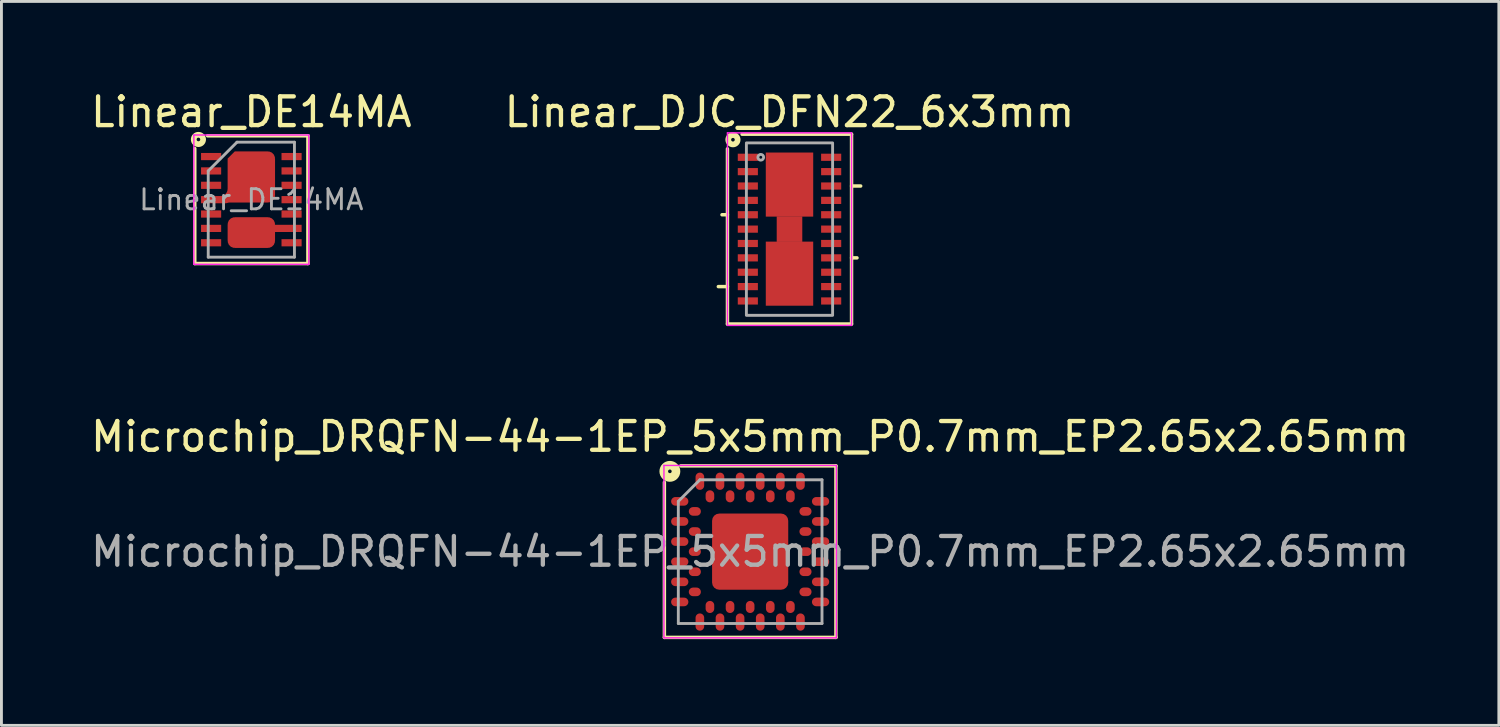
<source format=kicad_pcb>
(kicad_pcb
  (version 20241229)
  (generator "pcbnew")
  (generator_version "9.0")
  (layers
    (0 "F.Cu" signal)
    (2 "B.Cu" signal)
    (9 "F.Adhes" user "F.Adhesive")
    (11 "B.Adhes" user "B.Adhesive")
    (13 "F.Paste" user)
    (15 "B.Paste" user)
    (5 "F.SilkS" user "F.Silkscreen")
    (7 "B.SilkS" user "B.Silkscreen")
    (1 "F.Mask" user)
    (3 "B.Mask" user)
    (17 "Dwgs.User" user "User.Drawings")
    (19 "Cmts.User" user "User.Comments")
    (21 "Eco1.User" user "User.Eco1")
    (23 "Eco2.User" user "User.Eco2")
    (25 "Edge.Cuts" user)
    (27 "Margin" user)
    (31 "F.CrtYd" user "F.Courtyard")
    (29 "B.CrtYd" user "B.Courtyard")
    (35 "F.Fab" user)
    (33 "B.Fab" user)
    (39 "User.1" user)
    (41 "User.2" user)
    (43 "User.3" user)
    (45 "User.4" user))
  (footprint "Linear_DE14MA"
    (layer "F.Cu")
    (at 5.696 3.898)
    (property "Reference" "Linear_DE14MA" (at 0 -3.05 0) (layer "F.SilkS") (effects (font (size 1 1) (thickness 0.15))))
    (attr smd)
    (fp_line (start -1.968 2.223) (end -1.968 -1.778) (stroke (width 0.12) (type solid)) (layer "F.SilkS"))
    (fp_line (start -1.524 -2.223) (end 1.968 -2.223) (stroke (width 0.12) (type solid)) (layer "F.SilkS"))
    (fp_line (start 1.968 -2.223) (end 1.968 2.223) (stroke (width 0.12) (type solid)) (layer "F.SilkS"))
    (fp_line (start 1.968 2.223) (end -1.968 2.223) (stroke (width 0.12) (type solid)) (layer "F.SilkS"))
    (fp_circle (center -1.841 -2.095) (end -1.778 -2.095) (stroke (width 0.2) (type solid)) (fill no) (layer "F.SilkS"))
    (fp_line (start -2 -2.25) (end -2 2.25) (stroke (width 0.05) (type solid)) (layer "F.CrtYd"))
    (fp_line (start -2 -2.25) (end 2 -2.25) (stroke (width 0.05) (type solid)) (layer "F.CrtYd"))
    (fp_line (start -2 2.25) (end 2 2.25) (stroke (width 0.05) (type solid)) (layer "F.CrtYd"))
    (fp_line (start 2 -2.25) (end 2 2.25) (stroke (width 0.05) (type solid)) (layer "F.CrtYd"))
    (fp_line (start -1.5 -1) (end -0.5 -2) (stroke (width 0.1) (type solid)) (layer "F.Fab"))
    (fp_line (start -1.5 2) (end -1.5 -1) (stroke (width 0.1) (type solid)) (layer "F.Fab"))
    (fp_line (start -0.5 -2) (end 1.5 -2) (stroke (width 0.1) (type solid)) (layer "F.Fab"))
    (fp_line (start 1.5 -2) (end 1.5 2) (stroke (width 0.1) (type solid)) (layer "F.Fab"))
    (fp_line (start 1.5 2) (end -1.5 2) (stroke (width 0.1) (type solid)) (layer "F.Fab"))
    (fp_text user "${REFERENCE}" (at 0 0 0) (layer "F.Fab") (effects (font (size 0.7 0.7) (thickness 0.1))))
    (pad "1" smd rect (at -1.4 -1.5) (size 0.7 0.25) (layers "F.Cu" "F.Mask" "F.Paste"))
    (pad "2" smd rect (at -1.4 -1) (size 0.7 0.25) (layers "F.Cu" "F.Mask" "F.Paste"))
    (pad "3" smd rect (at -1.4 -0.5) (size 0.7 0.25) (layers "F.Cu" "F.Mask" "F.Paste"))
    (pad "4" smd custom (at 0 -0.79) (size 1.65 1.28) (layers "F.Cu" "F.Mask" "F.Paste") (options (anchor rect)) (primitives (gr_circle (center 0.575 -0.64) (end 0.825 -0.64) (width 0) (fill yes)) (gr_circle (center 0.575 0.64) (end 0.825 0.64) (width 0) (fill yes)) (gr_poly (pts (xy 0.575 0.89) (xy -0.825 0.89) (xy -0.825 -0.64) (xy -0.575 -0.89) (xy 0.575 -0.89)) (width 0) (fill yes)) (gr_poly (pts (xy -0.78 0.89) (xy -0.88 0.915) (xy -1.75 0.915) (xy -1.75 0.665) (xy -0.78 0.665)) (width 0) (fill yes)) (gr_poly (pts (xy -0.825 0.665) (xy -1.075 0.665) (xy -1.025 0.66) (xy -0.977 0.645) (xy -0.935 0.622) (xy -0.897 0.591) (xy -0.866 0.552) (xy -0.844 0.511) (xy -0.83 0.464) (xy -0.825 0.415)) (width 0.001) (fill yes))))
    (pad "5" smd rect (at -1.4 0.5) (size 0.7 0.25) (layers "F.Cu" "F.Mask" "F.Paste"))
    (pad "6" smd rect (at -1.4 1) (size 0.7 0.25) (layers "F.Cu" "F.Mask" "F.Paste"))
    (pad "7" smd rect (at -1.4 1.5) (size 0.7 0.25) (layers "F.Cu" "F.Mask" "F.Paste"))
    (pad "8" smd rect (at 1.4 1.5) (size 0.7 0.25) (layers "F.Cu" "F.Mask" "F.Paste"))
    (pad "9" smd custom (at 0 1.145) (size 1.15 1.07) (layers "F.Cu" "F.Mask" "F.Paste") (options (anchor rect)) (primitives (gr_circle (center -0.575 -0.285) (end -0.325 -0.285) (width 0) (fill yes)) (gr_circle (center 0.575 -0.285) (end 0.825 -0.285) (width 0) (fill yes)) (gr_circle (center -0.575 0.285) (end -0.325 0.285) (width 0) (fill yes)) (gr_circle (center 0.575 0.285) (end 0.825 0.285) (width 0) (fill yes)) (gr_poly (pts (xy 0.825 0.285) (xy -0.825 0.285) (xy -0.825 -0.285) (xy 0.825 -0.285)) (width 0) (fill yes)) (gr_poly (pts (xy 1.75 -0.02) (xy 0.825 -0.02) (xy 0.825 -0.27) (xy 1.75 -0.27)) (width 0) (fill yes))))
    (pad "10" smd rect (at 1.4 0.5) (size 0.7 0.25) (layers "F.Cu" "F.Mask" "F.Paste"))
    (pad "11" smd rect (at 1.4 0) (size 0.7 0.25) (layers "F.Cu" "F.Mask" "F.Paste"))
    (pad "12" smd rect (at 1.4 -0.5) (size 0.7 0.25) (layers "F.Cu" "F.Mask" "F.Paste"))
    (pad "13" smd rect (at 1.4 -1) (size 0.7 0.25) (layers "F.Cu" "F.Mask" "F.Paste"))
    (pad "14" smd rect (at 1.4 -1.5) (size 0.7 0.25) (layers "F.Cu" "F.Mask" "F.Paste")))
  (footprint "Microchip_DRQFN-44-1EP_5x5mm_P0.7mm_EP2.65x2.65mm"
    (layer "F.Cu")
    (at 23.054 16.146)
    (property "Reference" "Microchip_DRQFN-44-1EP_5x5mm_P0.7mm_EP2.65x2.65mm" (at 0 -4 0) (layer "F.SilkS") (effects (font (size 1 1) (thickness 0.15))))
    (attr smd)
    (fp_line (start -2.985 2.985) (end -2.985 -2.413) (stroke (width 0.12) (type solid)) (layer "F.SilkS"))
    (fp_line (start -2.413 -2.985) (end 2.985 -2.985) (stroke (width 0.12) (type solid)) (layer "F.SilkS"))
    (fp_line (start 2.985 -2.985) (end 2.985 2.985) (stroke (width 0.12) (type solid)) (layer "F.SilkS"))
    (fp_line (start 2.985 2.985) (end -2.985 2.985) (stroke (width 0.12) (type solid)) (layer "F.SilkS"))
    (fp_circle (center -2.794 -2.794) (end -2.731 -2.794) (stroke (width 0.3) (type solid)) (fill no) (layer "F.SilkS"))
    (fp_line (start -3 -3) (end 3 -3) (stroke (width 0.05) (type solid)) (layer "F.CrtYd"))
    (fp_line (start -3 3) (end -3 -3) (stroke (width 0.05) (type solid)) (layer "F.CrtYd"))
    (fp_line (start 3 -3) (end 3 3) (stroke (width 0.05) (type solid)) (layer "F.CrtYd"))
    (fp_line (start 3 3) (end -3 3) (stroke (width 0.05) (type solid)) (layer "F.CrtYd"))
    (fp_line (start -2.5 -1.75) (end -1.75 -2.5) (stroke (width 0.1) (type solid)) (layer "F.Fab"))
    (fp_line (start -2.5 2.5) (end -2.5 -1.75) (stroke (width 0.1) (type solid)) (layer "F.Fab"))
    (fp_line (start -1.75 -2.5) (end 2.5 -2.5) (stroke (width 0.1) (type solid)) (layer "F.Fab"))
    (fp_line (start 2.5 -2.5) (end 2.5 2.5) (stroke (width 0.1) (type solid)) (layer "F.Fab"))
    (fp_line (start 2.5 2.5) (end -2.5 2.5) (stroke (width 0.1) (type solid)) (layer "F.Fab"))
    (fp_text user "${REFERENCE}" (at 0 0 0) (layer "F.Fab") (effects (font (size 1 1) (thickness 0.15))))
    (pad "" smd roundrect (at -0.65 -0.65) (size 1.1 1.1) (layers "F.Paste") (roundrect_rratio 0.1))
    (pad "" smd roundrect (at -0.65 0.65) (size 1.1 1.1) (layers "F.Paste") (roundrect_rratio 0.1))
    (pad "" smd roundrect (at 0.65 -0.65) (size 1.1 1.1) (layers "F.Paste") (roundrect_rratio 0.1))
    (pad "" smd roundrect (at 0.65 0.65) (size 1.1 1.1) (layers "F.Paste") (roundrect_rratio 0.1))
    (pad "A1" smd oval (at -2.45 -1.75) (size 0.6 0.3) (layers "F.Cu" "F.Mask" "F.Paste"))
    (pad "A2" smd oval (at -2.45 -1.05) (size 0.6 0.3) (layers "F.Cu" "F.Mask" "F.Paste"))
    (pad "A3" smd oval (at -2.45 -0.35) (size 0.6 0.3) (layers "F.Cu" "F.Mask" "F.Paste"))
    (pad "A4" smd oval (at -2.45 0.35) (size 0.6 0.3) (layers "F.Cu" "F.Mask" "F.Paste"))
    (pad "A5" smd oval (at -2.45 1.05) (size 0.6 0.3) (layers "F.Cu" "F.Mask" "F.Paste"))
    (pad "A6" smd oval (at -2.45 1.75) (size 0.6 0.3) (layers "F.Cu" "F.Mask" "F.Paste"))
    (pad "A7" smd oval (at -1.75 2.45) (size 0.3 0.6) (layers "F.Cu" "F.Mask" "F.Paste"))
    (pad "A8" smd oval (at -1.05 2.45) (size 0.3 0.6) (layers "F.Cu" "F.Mask" "F.Paste"))
    (pad "A9" smd oval (at -0.35 2.45) (size 0.3 0.6) (layers "F.Cu" "F.Mask" "F.Paste"))
    (pad "A10" smd oval (at 0.35 2.45) (size 0.3 0.6) (layers "F.Cu" "F.Mask" "F.Paste"))
    (pad "A11" smd oval (at 1.05 2.45) (size 0.3 0.6) (layers "F.Cu" "F.Mask" "F.Paste"))
    (pad "A12" smd oval (at 1.75 2.45) (size 0.3 0.6) (layers "F.Cu" "F.Mask" "F.Paste"))
    (pad "A13" smd oval (at 2.45 1.75) (size 0.6 0.3) (layers "F.Cu" "F.Mask" "F.Paste"))
    (pad "A14" smd oval (at 2.45 1.05) (size 0.6 0.3) (layers "F.Cu" "F.Mask" "F.Paste"))
    (pad "A15" smd oval (at 2.45 0.35) (size 0.6 0.3) (layers "F.Cu" "F.Mask" "F.Paste"))
    (pad "A16" smd oval (at 2.45 -0.35) (size 0.6 0.3) (layers "F.Cu" "F.Mask" "F.Paste"))
    (pad "A17" smd oval (at 2.45 -1.05) (size 0.6 0.3) (layers "F.Cu" "F.Mask" "F.Paste"))
    (pad "A18" smd oval (at 2.45 -1.75) (size 0.6 0.3) (layers "F.Cu" "F.Mask" "F.Paste"))
    (pad "A19" smd oval (at 1.75 -2.45) (size 0.3 0.6) (layers "F.Cu" "F.Mask" "F.Paste"))
    (pad "A20" smd oval (at 1.05 -2.45) (size 0.3 0.6) (layers "F.Cu" "F.Mask" "F.Paste"))
    (pad "A21" smd oval (at 0.35 -2.45) (size 0.3 0.6) (layers "F.Cu" "F.Mask" "F.Paste"))
    (pad "A22" smd oval (at -0.35 -2.45) (size 0.3 0.6) (layers "F.Cu" "F.Mask" "F.Paste"))
    (pad "A23" smd oval (at -1.05 -2.45) (size 0.3 0.6) (layers "F.Cu" "F.Mask" "F.Paste"))
    (pad "A24" smd oval (at -1.75 -2.45) (size 0.3 0.6) (layers "F.Cu" "F.Mask" "F.Paste"))
    (pad "B1" smd oval (at -1.925 -1.4) (size 0.42 0.3) (layers "F.Cu" "F.Mask" "F.Paste"))
    (pad "B2" smd oval (at -1.925 -0.7) (size 0.42 0.3) (layers "F.Cu" "F.Mask" "F.Paste"))
    (pad "B3" smd oval (at -1.925 0) (size 0.42 0.3) (layers "F.Cu" "F.Mask" "F.Paste"))
    (pad "B4" smd oval (at -1.925 0.7) (size 0.42 0.3) (layers "F.Cu" "F.Mask" "F.Paste"))
    (pad "B5" smd oval (at -1.925 1.4) (size 0.42 0.3) (layers "F.Cu" "F.Mask" "F.Paste"))
    (pad "B6" smd oval (at -1.4 1.925) (size 0.3 0.42) (layers "F.Cu" "F.Mask" "F.Paste"))
    (pad "B7" smd oval (at -0.7 1.925) (size 0.3 0.42) (layers "F.Cu" "F.Mask" "F.Paste"))
    (pad "B8" smd oval (at 0 1.925) (size 0.3 0.42) (layers "F.Cu" "F.Mask" "F.Paste"))
    (pad "B9" smd oval (at 0.7 1.925) (size 0.3 0.42) (layers "F.Cu" "F.Mask" "F.Paste"))
    (pad "B10" smd oval (at 1.4 1.925) (size 0.3 0.42) (layers "F.Cu" "F.Mask" "F.Paste"))
    (pad "B11" smd oval (at 1.925 1.4) (size 0.42 0.3) (layers "F.Cu" "F.Mask" "F.Paste"))
    (pad "B12" smd oval (at 1.925 0.7) (size 0.42 0.3) (layers "F.Cu" "F.Mask" "F.Paste"))
    (pad "B13" smd oval (at 1.925 0) (size 0.42 0.3) (layers "F.Cu" "F.Mask" "F.Paste"))
    (pad "B14" smd oval (at 1.925 -0.7) (size 0.42 0.3) (layers "F.Cu" "F.Mask" "F.Paste"))
    (pad "B15" smd oval (at 1.925 -1.4) (size 0.42 0.3) (layers "F.Cu" "F.Mask" "F.Paste"))
    (pad "B16" smd oval (at 1.4 -1.925) (size 0.3 0.42) (layers "F.Cu" "F.Mask" "F.Paste"))
    (pad "B17" smd oval (at 0.7 -1.925) (size 0.3 0.42) (layers "F.Cu" "F.Mask" "F.Paste"))
    (pad "B18" smd oval (at 0 -1.925) (size 0.3 0.42) (layers "F.Cu" "F.Mask" "F.Paste"))
    (pad "B19" smd oval (at -0.7 -1.925) (size 0.3 0.42) (layers "F.Cu" "F.Mask" "F.Paste"))
    (pad "B20" smd oval (at -1.4 -1.925) (size 0.3 0.42) (layers "F.Cu" "F.Mask" "F.Paste"))
    (pad "EP" smd roundrect (at 0 0) (size 2.65 2.65) (layers "F.Cu" "F.Mask") (roundrect_rratio 0.094)))
  (footprint "Linear_DJC_DFN22_6x3mm"
    (layer "F.Cu")
    (at 24.423 4.923)
    (property "Reference" "Linear_DJC_DFN22_6x3mm" (at 0 -4.075 0) (layer "F.SilkS") (effects (font (size 1 1) (thickness 0.15))))
    (attr smd)
    (fp_line (start -2.159 -0.5) (end -2.349 -0.5) (stroke (width 0.12) (type solid)) (layer "F.SilkS"))
    (fp_line (start -2.159 2) (end -2.477 2) (stroke (width 0.12) (type solid)) (layer "F.SilkS"))
    (fp_line (start -2.159 3.302) (end -2.159 -2.794) (stroke (width 0.12) (type solid)) (layer "F.SilkS"))
    (fp_line (start -1.651 -3.302) (end 2.159 -3.302) (stroke (width 0.12) (type solid)) (layer "F.SilkS"))
    (fp_line (start 2.159 -3.302) (end 2.159 3.302) (stroke (width 0.12) (type solid)) (layer "F.SilkS"))
    (fp_line (start 2.159 -1.5) (end 2.477 -1.5) (stroke (width 0.12) (type solid)) (layer "F.SilkS"))
    (fp_line (start 2.159 1) (end 2.349 1) (stroke (width 0.12) (type solid)) (layer "F.SilkS"))
    (fp_line (start 2.159 3.302) (end -2.159 3.302) (stroke (width 0.12) (type solid)) (layer "F.SilkS"))
    (fp_circle (center -1.968 -3.111) (end -1.905 -3.111) (stroke (width 0.2) (type solid)) (fill no) (layer "F.SilkS"))
    (fp_rect (start -0.65 -2.45) (end -0.2 -1.7) (stroke (width 0.12) (type solid)) (fill yes) (layer "F.Paste"))
    (fp_rect (start -0.65 -1.35) (end -0.2 -0.6) (stroke (width 0.12) (type solid)) (fill yes) (layer "F.Paste"))
    (fp_rect (start -0.65 0.6) (end -0.2 1.35) (stroke (width 0.12) (type solid)) (fill yes) (layer "F.Paste"))
    (fp_rect (start -0.65 1.7) (end -0.2 2.45) (stroke (width 0.12) (type solid)) (fill yes) (layer "F.Paste"))
    (fp_rect (start -0.2 -0.275) (end 0.2 0.275) (stroke (width 0.12) (type solid)) (fill yes) (layer "F.Paste"))
    (fp_rect (start 0.2 -2.45) (end 0.65 -1.7) (stroke (width 0.12) (type solid)) (fill yes) (layer "F.Paste"))
    (fp_rect (start 0.2 -1.35) (end 0.65 -0.6) (stroke (width 0.12) (type solid)) (fill yes) (layer "F.Paste"))
    (fp_rect (start 0.2 0.6) (end 0.65 1.35) (stroke (width 0.12) (type solid)) (fill yes) (layer "F.Paste"))
    (fp_rect (start 0.2 1.7) (end 0.65 2.45) (stroke (width 0.12) (type solid)) (fill yes) (layer "F.Paste"))
    (fp_line (start -2.159 -3.35) (end -2.159 3.35) (stroke (width 0.05) (type solid)) (layer "F.CrtYd"))
    (fp_line (start -2.159 -3.35) (end 2.159 -3.35) (stroke (width 0.05) (type solid)) (layer "F.CrtYd"))
    (fp_line (start -2.159 3.35) (end 2.159 3.35) (stroke (width 0.05) (type solid)) (layer "F.CrtYd"))
    (fp_line (start 2.159 -3.35) (end 2.159 3.35) (stroke (width 0.05) (type solid)) (layer "F.CrtYd"))
    (fp_rect (start -1.5 -3) (end 1.5 3) (stroke (width 0.1) (type solid)) (fill no) (layer "F.Fab"))
    (fp_circle (center -1 -2.5) (end -0.9 -2.5) (stroke (width 0.1) (type solid)) (fill no) (layer "F.Fab"))
    (pad "1" smd rect (at -1.45 -2.5) (size 0.7 0.25) (layers "F.Cu" "F.Mask" "F.Paste"))
    (pad "2" smd rect (at -1.45 -2) (size 0.7 0.25) (layers "F.Cu" "F.Mask" "F.Paste"))
    (pad "3" smd rect (at -1.45 -1.5) (size 0.7 0.25) (layers "F.Cu" "F.Mask" "F.Paste"))
    (pad "4" smd rect (at -1.45 -1) (size 0.7 0.25) (layers "F.Cu" "F.Mask" "F.Paste"))
    (pad "5" smd rect (at -1.45 -0.5) (size 0.7 0.25) (layers "F.Cu" "F.Mask" "F.Paste"))
    (pad "6" smd rect (at -1.45 0) (size 0.7 0.25) (layers "F.Cu" "F.Mask" "F.Paste"))
    (pad "7" smd rect (at -1.45 0.5) (size 0.7 0.25) (layers "F.Cu" "F.Mask" "F.Paste"))
    (pad "8" smd rect (at -1.45 1) (size 0.7 0.25) (layers "F.Cu" "F.Mask" "F.Paste"))
    (pad "9" smd rect (at -1.45 1.5) (size 0.7 0.25) (layers "F.Cu" "F.Mask" "F.Paste"))
    (pad "10" smd rect (at -1.45 2) (size 0.7 0.25) (layers "F.Cu" "F.Mask" "F.Paste"))
    (pad "11" smd rect (at -1.45 2.5) (size 0.7 0.25) (layers "F.Cu" "F.Mask" "F.Paste"))
    (pad "12" smd rect (at 1.45 2.5) (size 0.7 0.25) (layers "F.Cu" "F.Mask" "F.Paste"))
    (pad "13" smd rect (at 1.45 2) (size 0.7 0.25) (layers "F.Cu" "F.Mask" "F.Paste"))
    (pad "14" smd rect (at 1.45 1.5) (size 0.7 0.25) (layers "F.Cu" "F.Mask" "F.Paste"))
    (pad "15" smd rect (at 1.45 1) (size 0.7 0.25) (layers "F.Cu" "F.Mask" "F.Paste"))
    (pad "16" smd rect (at 1.45 0.5) (size 0.7 0.25) (layers "F.Cu" "F.Mask" "F.Paste"))
    (pad "17" smd rect (at 1.45 0) (size 0.7 0.25) (layers "F.Cu" "F.Mask" "F.Paste"))
    (pad "18" smd rect (at 1.45 -0.5) (size 0.7 0.25) (layers "F.Cu" "F.Mask" "F.Paste"))
    (pad "19" smd rect (at 1.45 -1) (size 0.7 0.25) (layers "F.Cu" "F.Mask" "F.Paste"))
    (pad "20" smd rect (at 1.45 -1.5) (size 0.7 0.25) (layers "F.Cu" "F.Mask" "F.Paste"))
    (pad "21" smd rect (at 1.45 -2) (size 0.7 0.25) (layers "F.Cu" "F.Mask" "F.Paste"))
    (pad "22" smd rect (at 1.45 -2.5) (size 0.7 0.25) (layers "F.Cu" "F.Mask" "F.Paste"))
    (pad "23" smd rect (at 0 -1.55) (size 1.65 2.23) (layers "F.Cu" "F.Mask"))
    (pad "23" smd rect (at 0 0) (size 0.89 0.89) (layers "F.Cu" "F.Mask"))
    (pad "23" smd rect (at 0 1.55) (size 1.65 2.23) (layers "F.Cu" "F.Mask")))
  (gr_rect
    (start -3 -3)
    (end 49.107 22.191)
    (stroke (width 0.1) (type default))
    (fill no)
    (layer "Edge.Cuts")))
</source>
